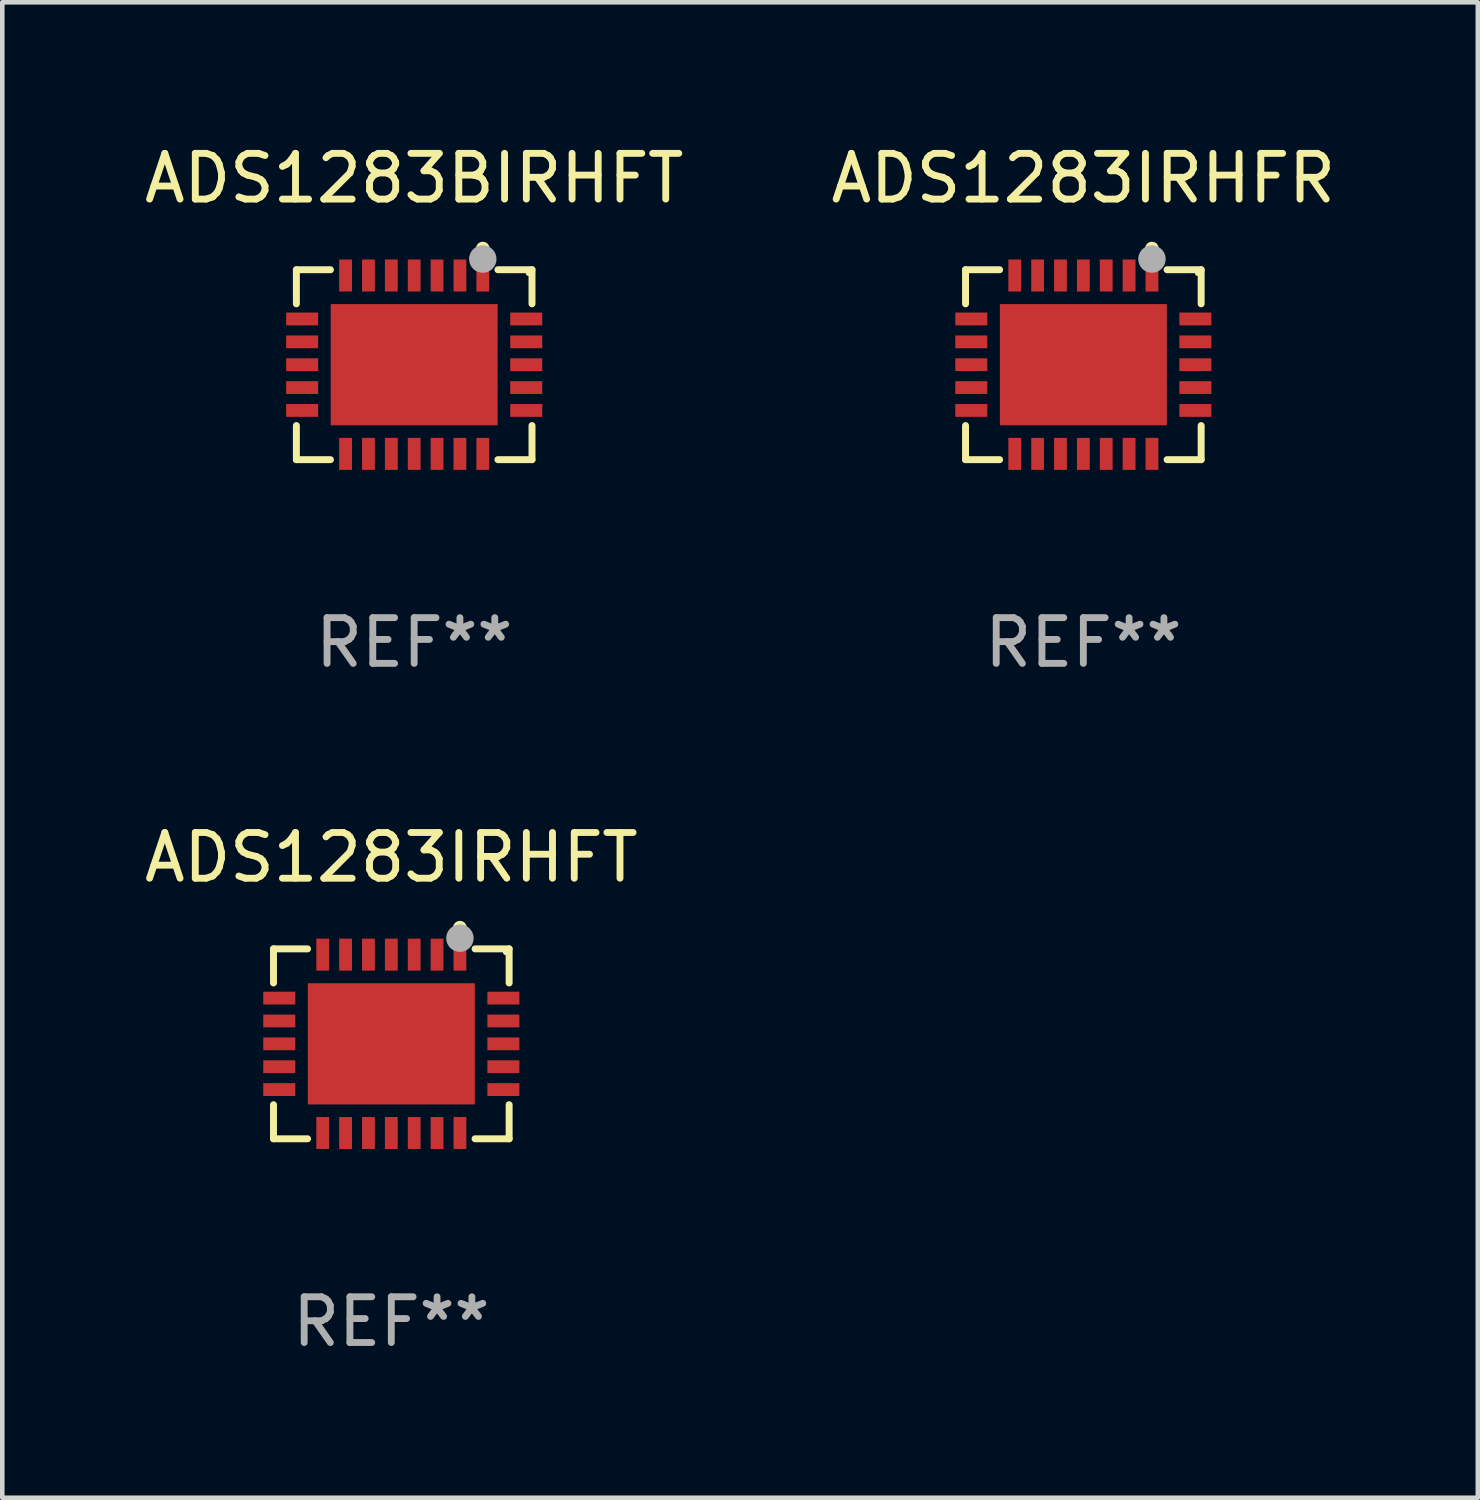
<source format=kicad_pcb>
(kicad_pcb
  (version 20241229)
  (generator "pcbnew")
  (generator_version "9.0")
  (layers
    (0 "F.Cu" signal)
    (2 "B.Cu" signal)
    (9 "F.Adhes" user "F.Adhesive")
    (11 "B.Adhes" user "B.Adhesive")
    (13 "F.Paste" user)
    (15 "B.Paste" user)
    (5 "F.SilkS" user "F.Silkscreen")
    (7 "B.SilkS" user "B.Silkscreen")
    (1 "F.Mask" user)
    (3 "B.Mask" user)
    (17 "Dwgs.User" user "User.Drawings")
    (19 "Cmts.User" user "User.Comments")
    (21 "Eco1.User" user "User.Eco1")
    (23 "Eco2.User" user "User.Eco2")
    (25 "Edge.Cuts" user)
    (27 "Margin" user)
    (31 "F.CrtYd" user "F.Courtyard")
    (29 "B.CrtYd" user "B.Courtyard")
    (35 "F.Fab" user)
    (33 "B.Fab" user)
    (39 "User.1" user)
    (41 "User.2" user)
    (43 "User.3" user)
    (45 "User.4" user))
  (footprint "ADS1283IRHFT"
    (layer "F.Cu")
    (at 5.506 19.773)
    (property "Reference" "ADS1283IRHFT" (at 0 -4.076 0) (layer "F.SilkS") (effects (font (size 1 1) (thickness 0.15))))
    (attr through_hole)
    (fp_line (start -2.576 -2.076) (end -1.831 -2.076) (stroke (width 0.152) (type solid)) (layer "F.SilkS"))
    (fp_line (start -2.576 -1.331) (end -2.576 -2.076) (stroke (width 0.152) (type solid)) (layer "F.SilkS"))
    (fp_line (start -2.576 1.331) (end -2.576 2.076) (stroke (width 0.152) (type solid)) (layer "F.SilkS"))
    (fp_line (start -2.576 2.076) (end -1.831 2.076) (stroke (width 0.152) (type solid)) (layer "F.SilkS"))
    (fp_line (start 2.576 -2.076) (end 1.831 -2.076) (stroke (width 0.152) (type solid)) (layer "F.SilkS"))
    (fp_line (start 2.576 -1.331) (end 2.576 -2.076) (stroke (width 0.152) (type solid)) (layer "F.SilkS"))
    (fp_line (start 2.576 1.331) (end 2.576 2.076) (stroke (width 0.152) (type solid)) (layer "F.SilkS"))
    (fp_line (start 2.576 2.076) (end 1.831 2.076) (stroke (width 0.152) (type solid)) (layer "F.SilkS"))
    (fp_circle (center 1.5 -2.54) (end 1.575 -2.54) (stroke (width 0.15) (type solid)) (fill no) (layer "F.SilkS"))
    (fp_circle (center 2.5 -2) (end 2.53 -2) (stroke (width 0.06) (type solid)) (fill no) (layer "F.SilkS"))
    (fp_circle (center 1.5 -2.31) (end 1.65 -2.31) (stroke (width 0.3) (type solid)) (fill no) (layer "F.Fab"))
    (fp_text user "REF**" (at 0 6.076 0) (layer "F.Fab") (effects (font (size 1 1) (thickness 0.15))))
    (pad "1" smd rect (at 1.5 -1.95) (size 0.28 0.7) (layers "F.Cu" "F.Mask" "F.Paste"))
    (pad "2" smd rect (at 1 -1.95) (size 0.28 0.7) (layers "F.Cu" "F.Mask" "F.Paste"))
    (pad "3" smd rect (at 0.5 -1.95) (size 0.28 0.7) (layers "F.Cu" "F.Mask" "F.Paste"))
    (pad "4" smd rect (at 0 -1.95) (size 0.28 0.7) (layers "F.Cu" "F.Mask" "F.Paste"))
    (pad "5" smd rect (at -0.5 -1.95) (size 0.28 0.7) (layers "F.Cu" "F.Mask" "F.Paste"))
    (pad "6" smd rect (at -1 -1.95) (size 0.28 0.7) (layers "F.Cu" "F.Mask" "F.Paste"))
    (pad "7" smd rect (at -1.5 -1.95) (size 0.28 0.7) (layers "F.Cu" "F.Mask" "F.Paste"))
    (pad "8" smd rect (at -2.45 -1) (size 0.7 0.28) (layers "F.Cu" "F.Mask" "F.Paste"))
    (pad "9" smd rect (at -2.45 -0.5) (size 0.7 0.28) (layers "F.Cu" "F.Mask" "F.Paste"))
    (pad "10" smd rect (at -2.45 0) (size 0.7 0.28) (layers "F.Cu" "F.Mask" "F.Paste"))
    (pad "11" smd rect (at -2.45 0.5) (size 0.7 0.28) (layers "F.Cu" "F.Mask" "F.Paste"))
    (pad "12" smd rect (at -2.45 1) (size 0.7 0.28) (layers "F.Cu" "F.Mask" "F.Paste"))
    (pad "13" smd rect (at -1.5 1.95) (size 0.28 0.7) (layers "F.Cu" "F.Mask" "F.Paste"))
    (pad "14" smd rect (at -1 1.95) (size 0.28 0.7) (layers "F.Cu" "F.Mask" "F.Paste"))
    (pad "15" smd rect (at -0.5 1.95) (size 0.28 0.7) (layers "F.Cu" "F.Mask" "F.Paste"))
    (pad "16" smd rect (at 0 1.95) (size 0.28 0.7) (layers "F.Cu" "F.Mask" "F.Paste"))
    (pad "17" smd rect (at 0.5 1.95) (size 0.28 0.7) (layers "F.Cu" "F.Mask" "F.Paste"))
    (pad "18" smd rect (at 1 1.95) (size 0.28 0.7) (layers "F.Cu" "F.Mask" "F.Paste"))
    (pad "19" smd rect (at 1.5 1.95) (size 0.28 0.7) (layers "F.Cu" "F.Mask" "F.Paste"))
    (pad "20" smd rect (at 2.45 1) (size 0.7 0.28) (layers "F.Cu" "F.Mask" "F.Paste"))
    (pad "21" smd rect (at 2.45 0.5) (size 0.7 0.28) (layers "F.Cu" "F.Mask" "F.Paste"))
    (pad "22" smd rect (at 2.45 0) (size 0.7 0.28) (layers "F.Cu" "F.Mask" "F.Paste"))
    (pad "23" smd rect (at 2.45 -0.5) (size 0.7 0.28) (layers "F.Cu" "F.Mask" "F.Paste"))
    (pad "24" smd rect (at 2.45 -1) (size 0.7 0.28) (layers "F.Cu" "F.Mask" "F.Paste"))
    (pad "25" smd rect (at 0 0) (size 3.65 2.65) (layers "F.Cu" "F.Mask" "F.Paste")))
  (footprint "ADS1283BIRHFT"
    (layer "F.Cu")
    (at 6.006 4.924)
    (property "Reference" "ADS1283BIRHFT" (at 0 -4.076 0) (layer "F.SilkS") (effects (font (size 1 1) (thickness 0.15))))
    (attr through_hole)
    (fp_line (start -2.576 -2.076) (end -1.831 -2.076) (stroke (width 0.152) (type solid)) (layer "F.SilkS"))
    (fp_line (start -2.576 -1.331) (end -2.576 -2.076) (stroke (width 0.152) (type solid)) (layer "F.SilkS"))
    (fp_line (start -2.576 1.331) (end -2.576 2.076) (stroke (width 0.152) (type solid)) (layer "F.SilkS"))
    (fp_line (start -2.576 2.076) (end -1.831 2.076) (stroke (width 0.152) (type solid)) (layer "F.SilkS"))
    (fp_line (start 2.576 -2.076) (end 1.831 -2.076) (stroke (width 0.152) (type solid)) (layer "F.SilkS"))
    (fp_line (start 2.576 -1.331) (end 2.576 -2.076) (stroke (width 0.152) (type solid)) (layer "F.SilkS"))
    (fp_line (start 2.576 1.331) (end 2.576 2.076) (stroke (width 0.152) (type solid)) (layer "F.SilkS"))
    (fp_line (start 2.576 2.076) (end 1.831 2.076) (stroke (width 0.152) (type solid)) (layer "F.SilkS"))
    (fp_circle (center 1.5 -2.54) (end 1.575 -2.54) (stroke (width 0.15) (type solid)) (fill no) (layer "F.SilkS"))
    (fp_circle (center 2.5 -2) (end 2.53 -2) (stroke (width 0.06) (type solid)) (fill no) (layer "F.SilkS"))
    (fp_circle (center 1.5 -2.31) (end 1.65 -2.31) (stroke (width 0.3) (type solid)) (fill no) (layer "F.Fab"))
    (fp_text user "REF**" (at 0 6.076 0) (layer "F.Fab") (effects (font (size 1 1) (thickness 0.15))))
    (pad "1" smd rect (at 1.5 -1.95) (size 0.28 0.7) (layers "F.Cu" "F.Mask" "F.Paste"))
    (pad "2" smd rect (at 1 -1.95) (size 0.28 0.7) (layers "F.Cu" "F.Mask" "F.Paste"))
    (pad "3" smd rect (at 0.5 -1.95) (size 0.28 0.7) (layers "F.Cu" "F.Mask" "F.Paste"))
    (pad "4" smd rect (at 0 -1.95) (size 0.28 0.7) (layers "F.Cu" "F.Mask" "F.Paste"))
    (pad "5" smd rect (at -0.5 -1.95) (size 0.28 0.7) (layers "F.Cu" "F.Mask" "F.Paste"))
    (pad "6" smd rect (at -1 -1.95) (size 0.28 0.7) (layers "F.Cu" "F.Mask" "F.Paste"))
    (pad "7" smd rect (at -1.5 -1.95) (size 0.28 0.7) (layers "F.Cu" "F.Mask" "F.Paste"))
    (pad "8" smd rect (at -2.45 -1) (size 0.7 0.28) (layers "F.Cu" "F.Mask" "F.Paste"))
    (pad "9" smd rect (at -2.45 -0.5) (size 0.7 0.28) (layers "F.Cu" "F.Mask" "F.Paste"))
    (pad "10" smd rect (at -2.45 0) (size 0.7 0.28) (layers "F.Cu" "F.Mask" "F.Paste"))
    (pad "11" smd rect (at -2.45 0.5) (size 0.7 0.28) (layers "F.Cu" "F.Mask" "F.Paste"))
    (pad "12" smd rect (at -2.45 1) (size 0.7 0.28) (layers "F.Cu" "F.Mask" "F.Paste"))
    (pad "13" smd rect (at -1.5 1.95) (size 0.28 0.7) (layers "F.Cu" "F.Mask" "F.Paste"))
    (pad "14" smd rect (at -1 1.95) (size 0.28 0.7) (layers "F.Cu" "F.Mask" "F.Paste"))
    (pad "15" smd rect (at -0.5 1.95) (size 0.28 0.7) (layers "F.Cu" "F.Mask" "F.Paste"))
    (pad "16" smd rect (at 0 1.95) (size 0.28 0.7) (layers "F.Cu" "F.Mask" "F.Paste"))
    (pad "17" smd rect (at 0.5 1.95) (size 0.28 0.7) (layers "F.Cu" "F.Mask" "F.Paste"))
    (pad "18" smd rect (at 1 1.95) (size 0.28 0.7) (layers "F.Cu" "F.Mask" "F.Paste"))
    (pad "19" smd rect (at 1.5 1.95) (size 0.28 0.7) (layers "F.Cu" "F.Mask" "F.Paste"))
    (pad "20" smd rect (at 2.45 1) (size 0.7 0.28) (layers "F.Cu" "F.Mask" "F.Paste"))
    (pad "21" smd rect (at 2.45 0.5) (size 0.7 0.28) (layers "F.Cu" "F.Mask" "F.Paste"))
    (pad "22" smd rect (at 2.45 0) (size 0.7 0.28) (layers "F.Cu" "F.Mask" "F.Paste"))
    (pad "23" smd rect (at 2.45 -0.5) (size 0.7 0.28) (layers "F.Cu" "F.Mask" "F.Paste"))
    (pad "24" smd rect (at 2.45 -1) (size 0.7 0.28) (layers "F.Cu" "F.Mask" "F.Paste"))
    (pad "25" smd rect (at 0 0) (size 3.65 2.65) (layers "F.Cu" "F.Mask" "F.Paste")))
  (footprint "ADS1283IRHFR"
    (layer "F.Cu")
    (at 20.637 4.924)
    (property "Reference" "ADS1283IRHFR" (at 0 -4.076 0) (layer "F.SilkS") (effects (font (size 1 1) (thickness 0.15))))
    (attr through_hole)
    (fp_line (start -2.576 -2.076) (end -1.831 -2.076) (stroke (width 0.152) (type solid)) (layer "F.SilkS"))
    (fp_line (start -2.576 -1.331) (end -2.576 -2.076) (stroke (width 0.152) (type solid)) (layer "F.SilkS"))
    (fp_line (start -2.576 1.331) (end -2.576 2.076) (stroke (width 0.152) (type solid)) (layer "F.SilkS"))
    (fp_line (start -2.576 2.076) (end -1.831 2.076) (stroke (width 0.152) (type solid)) (layer "F.SilkS"))
    (fp_line (start 2.576 -2.076) (end 1.831 -2.076) (stroke (width 0.152) (type solid)) (layer "F.SilkS"))
    (fp_line (start 2.576 -1.331) (end 2.576 -2.076) (stroke (width 0.152) (type solid)) (layer "F.SilkS"))
    (fp_line (start 2.576 1.331) (end 2.576 2.076) (stroke (width 0.152) (type solid)) (layer "F.SilkS"))
    (fp_line (start 2.576 2.076) (end 1.831 2.076) (stroke (width 0.152) (type solid)) (layer "F.SilkS"))
    (fp_circle (center 1.5 -2.54) (end 1.575 -2.54) (stroke (width 0.15) (type solid)) (fill no) (layer "F.SilkS"))
    (fp_circle (center 2.5 -2) (end 2.53 -2) (stroke (width 0.06) (type solid)) (fill no) (layer "F.SilkS"))
    (fp_circle (center 1.5 -2.31) (end 1.65 -2.31) (stroke (width 0.3) (type solid)) (fill no) (layer "F.Fab"))
    (fp_text user "REF**" (at 0 6.076 0) (layer "F.Fab") (effects (font (size 1 1) (thickness 0.15))))
    (pad "1" smd rect (at 1.5 -1.95) (size 0.28 0.7) (layers "F.Cu" "F.Mask" "F.Paste"))
    (pad "2" smd rect (at 1 -1.95) (size 0.28 0.7) (layers "F.Cu" "F.Mask" "F.Paste"))
    (pad "3" smd rect (at 0.5 -1.95) (size 0.28 0.7) (layers "F.Cu" "F.Mask" "F.Paste"))
    (pad "4" smd rect (at 0 -1.95) (size 0.28 0.7) (layers "F.Cu" "F.Mask" "F.Paste"))
    (pad "5" smd rect (at -0.5 -1.95) (size 0.28 0.7) (layers "F.Cu" "F.Mask" "F.Paste"))
    (pad "6" smd rect (at -1 -1.95) (size 0.28 0.7) (layers "F.Cu" "F.Mask" "F.Paste"))
    (pad "7" smd rect (at -1.5 -1.95) (size 0.28 0.7) (layers "F.Cu" "F.Mask" "F.Paste"))
    (pad "8" smd rect (at -2.45 -1) (size 0.7 0.28) (layers "F.Cu" "F.Mask" "F.Paste"))
    (pad "9" smd rect (at -2.45 -0.5) (size 0.7 0.28) (layers "F.Cu" "F.Mask" "F.Paste"))
    (pad "10" smd rect (at -2.45 0) (size 0.7 0.28) (layers "F.Cu" "F.Mask" "F.Paste"))
    (pad "11" smd rect (at -2.45 0.5) (size 0.7 0.28) (layers "F.Cu" "F.Mask" "F.Paste"))
    (pad "12" smd rect (at -2.45 1) (size 0.7 0.28) (layers "F.Cu" "F.Mask" "F.Paste"))
    (pad "13" smd rect (at -1.5 1.95) (size 0.28 0.7) (layers "F.Cu" "F.Mask" "F.Paste"))
    (pad "14" smd rect (at -1 1.95) (size 0.28 0.7) (layers "F.Cu" "F.Mask" "F.Paste"))
    (pad "15" smd rect (at -0.5 1.95) (size 0.28 0.7) (layers "F.Cu" "F.Mask" "F.Paste"))
    (pad "16" smd rect (at 0 1.95) (size 0.28 0.7) (layers "F.Cu" "F.Mask" "F.Paste"))
    (pad "17" smd rect (at 0.5 1.95) (size 0.28 0.7) (layers "F.Cu" "F.Mask" "F.Paste"))
    (pad "18" smd rect (at 1 1.95) (size 0.28 0.7) (layers "F.Cu" "F.Mask" "F.Paste"))
    (pad "19" smd rect (at 1.5 1.95) (size 0.28 0.7) (layers "F.Cu" "F.Mask" "F.Paste"))
    (pad "20" smd rect (at 2.45 1) (size 0.7 0.28) (layers "F.Cu" "F.Mask" "F.Paste"))
    (pad "21" smd rect (at 2.45 0.5) (size 0.7 0.28) (layers "F.Cu" "F.Mask" "F.Paste"))
    (pad "22" smd rect (at 2.45 0) (size 0.7 0.28) (layers "F.Cu" "F.Mask" "F.Paste"))
    (pad "23" smd rect (at 2.45 -0.5) (size 0.7 0.28) (layers "F.Cu" "F.Mask" "F.Paste"))
    (pad "24" smd rect (at 2.45 -1) (size 0.7 0.28) (layers "F.Cu" "F.Mask" "F.Paste"))
    (pad "25" smd rect (at 0 0) (size 3.65 2.65) (layers "F.Cu" "F.Mask" "F.Paste")))
  (gr_rect
    (start -3 -3)
    (end 29.262 29.698)
    (stroke (width 0.1) (type default))
    (fill no)
    (layer "Edge.Cuts")))
</source>
